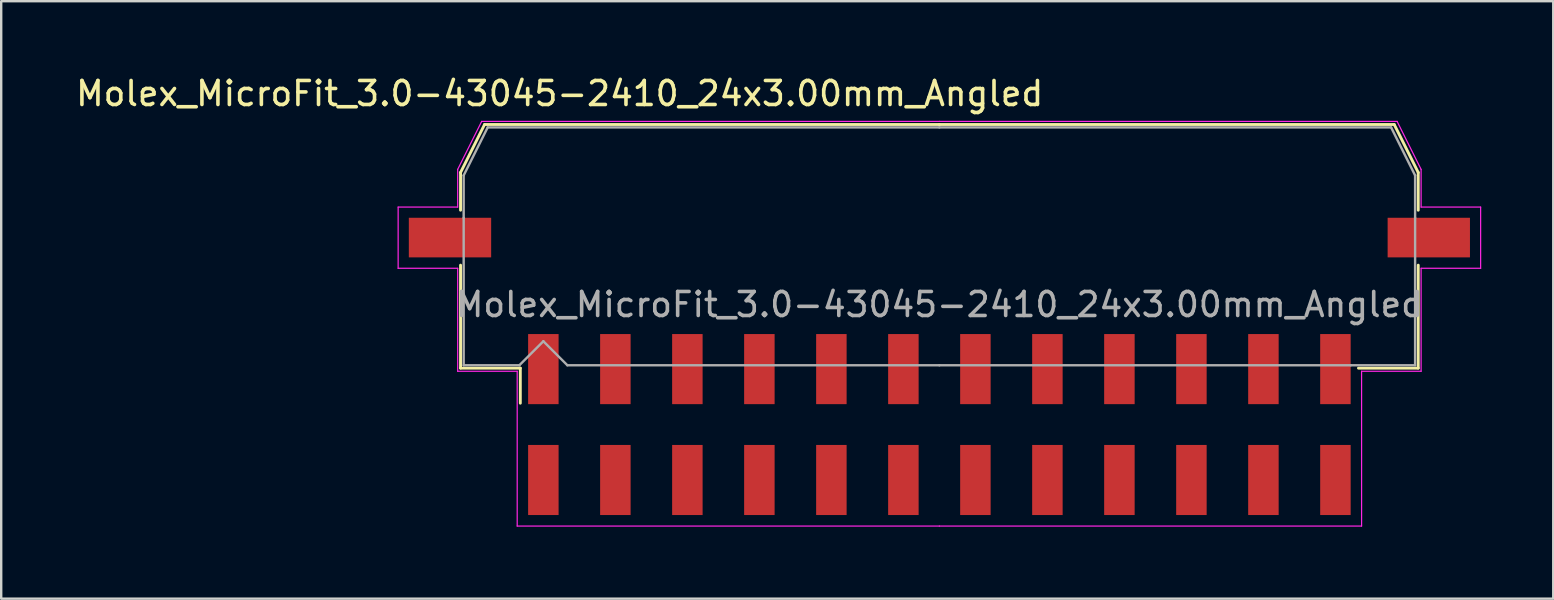
<source format=kicad_pcb>
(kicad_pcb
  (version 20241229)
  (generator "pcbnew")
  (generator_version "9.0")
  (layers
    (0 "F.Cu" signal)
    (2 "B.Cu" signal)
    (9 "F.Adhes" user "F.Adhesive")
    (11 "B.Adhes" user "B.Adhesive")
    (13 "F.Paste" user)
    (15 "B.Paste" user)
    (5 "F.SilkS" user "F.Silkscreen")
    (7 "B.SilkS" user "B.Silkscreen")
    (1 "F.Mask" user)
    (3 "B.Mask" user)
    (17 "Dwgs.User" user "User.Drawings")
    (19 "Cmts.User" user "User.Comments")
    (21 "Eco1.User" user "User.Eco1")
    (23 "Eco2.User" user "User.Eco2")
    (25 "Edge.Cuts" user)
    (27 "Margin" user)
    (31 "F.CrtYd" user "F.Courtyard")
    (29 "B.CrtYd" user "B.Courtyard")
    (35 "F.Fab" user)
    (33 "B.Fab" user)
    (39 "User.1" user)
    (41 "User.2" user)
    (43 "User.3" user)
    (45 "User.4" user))
  (footprint "Molex_MicroFit_3.0-43045-2410_24x3.00mm_Angled"
    (layer "F.Cu")
    (at 36.088 14.638)
    (property "Reference" "Molex_MicroFit_3.0-43045-2410_24x3.00mm_Angled" (at -15.82 -13.79 0) (layer "F.SilkS") (effects (font (size 1 1) (thickness 0.15))))
    (attr smd)
    (fp_line (start -19.95 -10.5) (end -19.95 -8.93) (stroke (width 0.12) (type solid)) (layer "F.SilkS"))
    (fp_line (start -19.95 -6.64) (end -19.95 -2.35) (stroke (width 0.12) (type solid)) (layer "F.SilkS"))
    (fp_line (start -19.95 -2.35) (end -17.46 -2.35) (stroke (width 0.12) (type solid)) (layer "F.SilkS"))
    (fp_line (start -18.95 -12.5) (end -19.95 -10.5) (stroke (width 0.12) (type solid)) (layer "F.SilkS"))
    (fp_line (start -17.46 -2.35) (end -17.46 -0.89) (stroke (width 0.12) (type solid)) (layer "F.SilkS"))
    (fp_line (start 0 -12.5) (end -18.95 -12.5) (stroke (width 0.12) (type solid)) (layer "F.SilkS"))
    (fp_line (start 0 -12.5) (end 18.95 -12.5) (stroke (width 0.12) (type solid)) (layer "F.SilkS"))
    (fp_line (start 18.95 -12.5) (end 19.95 -10.5) (stroke (width 0.12) (type solid)) (layer "F.SilkS"))
    (fp_line (start 19.95 -10.5) (end 19.95 -8.93) (stroke (width 0.12) (type solid)) (layer "F.SilkS"))
    (fp_line (start 19.95 -6.64) (end 19.95 -2.35) (stroke (width 0.12) (type solid)) (layer "F.SilkS"))
    (fp_line (start 19.95 -2.35) (end 17.46 -2.35) (stroke (width 0.12) (type solid)) (layer "F.SilkS"))
    (fp_line (start -22.55 -9.06) (end -22.55 -6.51) (stroke (width 0.05) (type solid)) (layer "F.CrtYd"))
    (fp_line (start -22.55 -6.51) (end -20.07 -6.51) (stroke (width 0.05) (type solid)) (layer "F.CrtYd"))
    (fp_line (start -20.07 -10.63) (end -20.07 -9.06) (stroke (width 0.05) (type solid)) (layer "F.CrtYd"))
    (fp_line (start -20.07 -9.06) (end -22.55 -9.06) (stroke (width 0.05) (type solid)) (layer "F.CrtYd"))
    (fp_line (start -20.07 -6.51) (end -20.07 -2.22) (stroke (width 0.05) (type solid)) (layer "F.CrtYd"))
    (fp_line (start -20.07 -2.22) (end -17.59 -2.22) (stroke (width 0.05) (type solid)) (layer "F.CrtYd"))
    (fp_line (start -19.07 -12.63) (end -20.07 -10.63) (stroke (width 0.05) (type solid)) (layer "F.CrtYd"))
    (fp_line (start -17.59 -2.22) (end -17.59 4.23) (stroke (width 0.05) (type solid)) (layer "F.CrtYd"))
    (fp_line (start -17.59 4.23) (end 0 4.23) (stroke (width 0.05) (type solid)) (layer "F.CrtYd"))
    (fp_line (start 0 -12.63) (end -19.07 -12.63) (stroke (width 0.05) (type solid)) (layer "F.CrtYd"))
    (fp_line (start 0 -12.63) (end 19.07 -12.63) (stroke (width 0.05) (type solid)) (layer "F.CrtYd"))
    (fp_line (start 17.59 -2.22) (end 17.59 4.23) (stroke (width 0.05) (type solid)) (layer "F.CrtYd"))
    (fp_line (start 17.59 4.23) (end 0 4.23) (stroke (width 0.05) (type solid)) (layer "F.CrtYd"))
    (fp_line (start 19.07 -12.63) (end 20.07 -10.63) (stroke (width 0.05) (type solid)) (layer "F.CrtYd"))
    (fp_line (start 20.07 -10.63) (end 20.07 -9.06) (stroke (width 0.05) (type solid)) (layer "F.CrtYd"))
    (fp_line (start 20.07 -9.06) (end 22.55 -9.06) (stroke (width 0.05) (type solid)) (layer "F.CrtYd"))
    (fp_line (start 20.07 -6.51) (end 20.07 -2.22) (stroke (width 0.05) (type solid)) (layer "F.CrtYd"))
    (fp_line (start 20.07 -2.22) (end 17.59 -2.22) (stroke (width 0.05) (type solid)) (layer "F.CrtYd"))
    (fp_line (start 22.55 -9.06) (end 22.55 -6.51) (stroke (width 0.05) (type solid)) (layer "F.CrtYd"))
    (fp_line (start 22.55 -6.51) (end 20.07 -6.51) (stroke (width 0.05) (type solid)) (layer "F.CrtYd"))
    (fp_line (start -19.82 -10.38) (end -19.82 -8.61) (stroke (width 0.1) (type solid)) (layer "F.Fab"))
    (fp_line (start -19.82 -8.61) (end -19.82 -2.47) (stroke (width 0.1) (type solid)) (layer "F.Fab"))
    (fp_line (start -19.82 -2.47) (end -17.5 -2.47) (stroke (width 0.1) (type solid)) (layer "F.Fab"))
    (fp_line (start -18.82 -12.38) (end -19.82 -10.38) (stroke (width 0.1) (type solid)) (layer "F.Fab"))
    (fp_line (start -17.5 -2.47) (end -16.5 -3.47) (stroke (width 0.1) (type solid)) (layer "F.Fab"))
    (fp_line (start -16.5 -3.47) (end -15.5 -2.47) (stroke (width 0.1) (type solid)) (layer "F.Fab"))
    (fp_line (start -15.5 -2.47) (end 0 -2.47) (stroke (width 0.1) (type solid)) (layer "F.Fab"))
    (fp_line (start 0 -12.38) (end -18.82 -12.38) (stroke (width 0.1) (type solid)) (layer "F.Fab"))
    (fp_line (start 0 -12.38) (end 18.82 -12.38) (stroke (width 0.1) (type solid)) (layer "F.Fab"))
    (fp_line (start 17.14 -2.47) (end 0 -2.47) (stroke (width 0.1) (type solid)) (layer "F.Fab"))
    (fp_line (start 18.82 -12.38) (end 19.82 -10.38) (stroke (width 0.1) (type solid)) (layer "F.Fab"))
    (fp_line (start 19.82 -10.38) (end 19.82 -8.61) (stroke (width 0.1) (type solid)) (layer "F.Fab"))
    (fp_line (start 19.82 -8.61) (end 19.82 -2.47) (stroke (width 0.1) (type solid)) (layer "F.Fab"))
    (fp_line (start 19.82 -2.47) (end 17.14 -2.47) (stroke (width 0.1) (type solid)) (layer "F.Fab"))
    (fp_text user "${REFERENCE}" (at 0 -5 0) (layer "F.Fab") (effects (font (size 1 1) (thickness 0.15))))
    (pad "" smd rect (at -20.39 -7.79) (size 3.43 1.65) (layers "F.Cu" "F.Mask" "F.Paste"))
    (pad "" smd rect (at 20.39 -7.79) (size 3.43 1.65) (layers "F.Cu" "F.Mask" "F.Paste"))
    (pad "1" smd rect (at -16.5 -2.31) (size 1.27 2.92) (layers "F.Cu" "F.Mask" "F.Paste"))
    (pad "2" smd rect (at -13.5 -2.31) (size 1.27 2.92) (layers "F.Cu" "F.Mask" "F.Paste"))
    (pad "3" smd rect (at -10.5 -2.31) (size 1.27 2.92) (layers "F.Cu" "F.Mask" "F.Paste"))
    (pad "4" smd rect (at -7.5 -2.31) (size 1.27 2.92) (layers "F.Cu" "F.Mask" "F.Paste"))
    (pad "5" smd rect (at -4.5 -2.31) (size 1.27 2.92) (layers "F.Cu" "F.Mask" "F.Paste"))
    (pad "6" smd rect (at -1.5 -2.31) (size 1.27 2.92) (layers "F.Cu" "F.Mask" "F.Paste"))
    (pad "7" smd rect (at 1.5 -2.31) (size 1.27 2.92) (layers "F.Cu" "F.Mask" "F.Paste"))
    (pad "8" smd rect (at 4.5 -2.31) (size 1.27 2.92) (layers "F.Cu" "F.Mask" "F.Paste"))
    (pad "9" smd rect (at 7.5 -2.31) (size 1.27 2.92) (layers "F.Cu" "F.Mask" "F.Paste"))
    (pad "10" smd rect (at 10.5 -2.31) (size 1.27 2.92) (layers "F.Cu" "F.Mask" "F.Paste"))
    (pad "11" smd rect (at 13.5 -2.31) (size 1.27 2.92) (layers "F.Cu" "F.Mask" "F.Paste"))
    (pad "12" smd rect (at 16.5 -2.31) (size 1.27 2.92) (layers "F.Cu" "F.Mask" "F.Paste"))
    (pad "13" smd rect (at 16.5 2.31) (size 1.27 2.92) (layers "F.Cu" "F.Mask" "F.Paste"))
    (pad "14" smd rect (at 13.5 2.31) (size 1.27 2.92) (layers "F.Cu" "F.Mask" "F.Paste"))
    (pad "15" smd rect (at 10.5 2.31) (size 1.27 2.92) (layers "F.Cu" "F.Mask" "F.Paste"))
    (pad "16" smd rect (at 7.5 2.31) (size 1.27 2.92) (layers "F.Cu" "F.Mask" "F.Paste"))
    (pad "17" smd rect (at 4.5 2.31) (size 1.27 2.92) (layers "F.Cu" "F.Mask" "F.Paste"))
    (pad "18" smd rect (at 1.5 2.31) (size 1.27 2.92) (layers "F.Cu" "F.Mask" "F.Paste"))
    (pad "19" smd rect (at -1.5 2.31) (size 1.27 2.92) (layers "F.Cu" "F.Mask" "F.Paste"))
    (pad "20" smd rect (at -4.5 2.31) (size 1.27 2.92) (layers "F.Cu" "F.Mask" "F.Paste"))
    (pad "21" smd rect (at -7.5 2.31) (size 1.27 2.92) (layers "F.Cu" "F.Mask" "F.Paste"))
    (pad "22" smd rect (at -10.5 2.31) (size 1.27 2.92) (layers "F.Cu" "F.Mask" "F.Paste"))
    (pad "23" smd rect (at -13.5 2.31) (size 1.27 2.92) (layers "F.Cu" "F.Mask" "F.Paste"))
    (pad "24" smd rect (at -16.5 2.31) (size 1.27 2.92) (layers "F.Cu" "F.Mask" "F.Paste")))
  (gr_rect
    (start -3 -3)
    (end 61.663 21.893)
    (stroke (width 0.1) (type default))
    (fill no)
    (layer "Edge.Cuts")))
</source>
